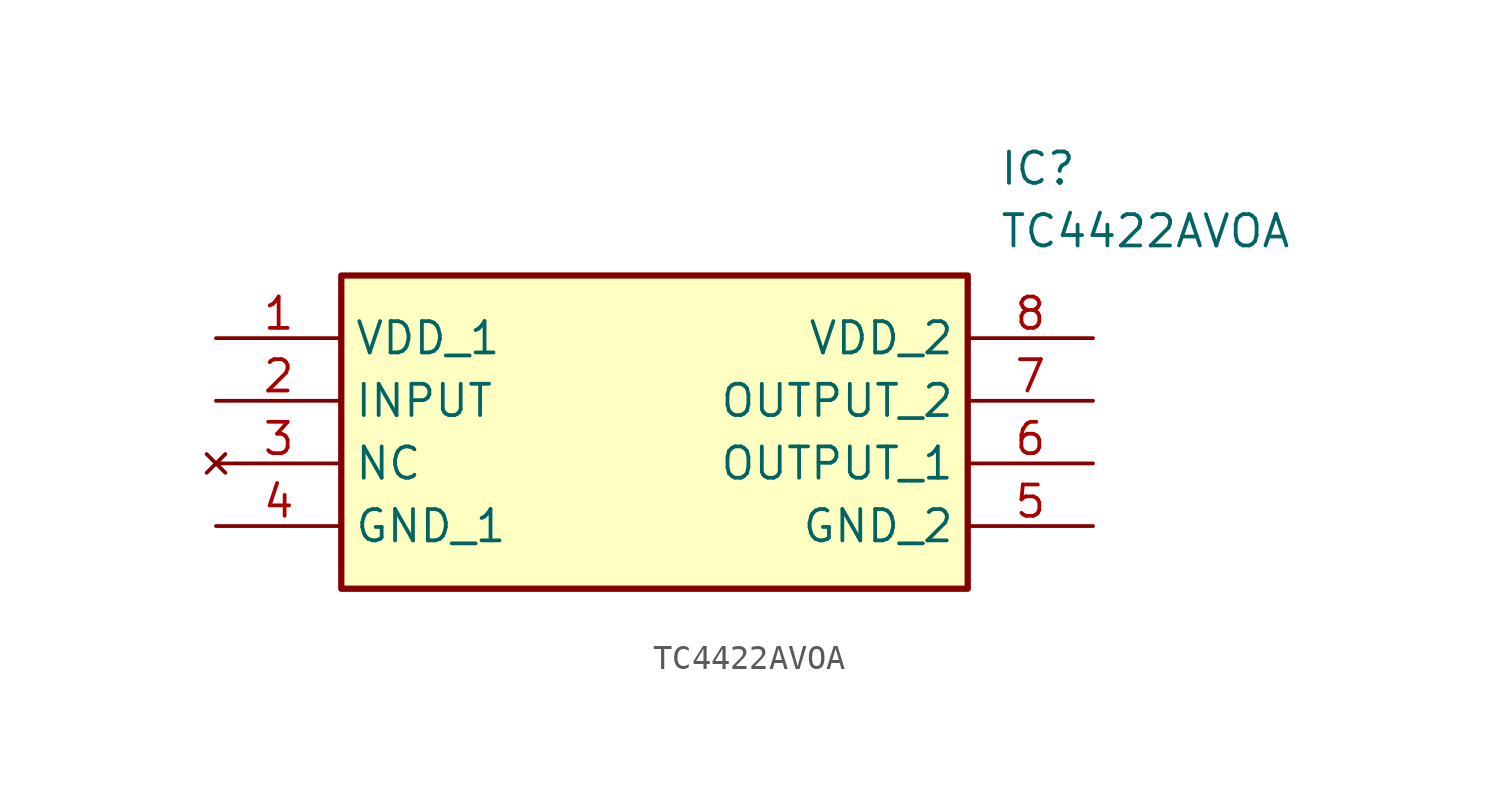
<source format=kicad_sym>
(kicad_symbol_lib
  (version 20211014)
  (generator SamacSys_ECAD_Model)
  (symbol "TC4422AVOA"
    (property "Reference" "IC"
      (at 31.75 7.62 0)
      (effects (font (size 1.27 1.27)) (justify left top)))
    (property "Value" "TC4422AVOA"
      (at 31.75 5.08 0)
      (effects (font (size 1.27 1.27)) (justify left top)))
    (rectangle
      (start 5.08 2.54)
      (end 30.48 -10.16)
      (stroke (width 0.254) (type default))
      (fill (type background)))
    (pin passive line
      (at 0 0 0)
      (length 5.08)
      (name "VDD_1" (effects (font (size 1.27 1.27))))
      (number "1" (effects (font (size 1.27 1.27)))))
    (pin passive line
      (at 0 -2.54 0)
      (length 5.08)
      (name "INPUT" (effects (font (size 1.27 1.27))))
      (number "2" (effects (font (size 1.27 1.27)))))
    (pin no_connect line
      (at 0 -5.08 0)
      (length 5.08)
      (name "NC" (effects (font (size 1.27 1.27))))
      (number "3" (effects (font (size 1.27 1.27)))))
    (pin passive line
      (at 0 -7.62 0)
      (length 5.08)
      (name "GND_1" (effects (font (size 1.27 1.27))))
      (number "4" (effects (font (size 1.27 1.27)))))
    (pin passive line
      (at 35.56 0 180)
      (length 5.08)
      (name "VDD_2" (effects (font (size 1.27 1.27))))
      (number "8" (effects (font (size 1.27 1.27)))))
    (pin passive line
      (at 35.56 -2.54 180)
      (length 5.08)
      (name "OUTPUT_2" (effects (font (size 1.27 1.27))))
      (number "7" (effects (font (size 1.27 1.27)))))
    (pin passive line
      (at 35.56 -5.08 180)
      (length 5.08)
      (name "OUTPUT_1" (effects (font (size 1.27 1.27))))
      (number "6" (effects (font (size 1.27 1.27)))))
    (pin passive line
      (at 35.56 -7.62 180)
      (length 5.08)
      (name "GND_2" (effects (font (size 1.27 1.27))))
      (number "5" (effects (font (size 1.27 1.27)))))))
</source>
